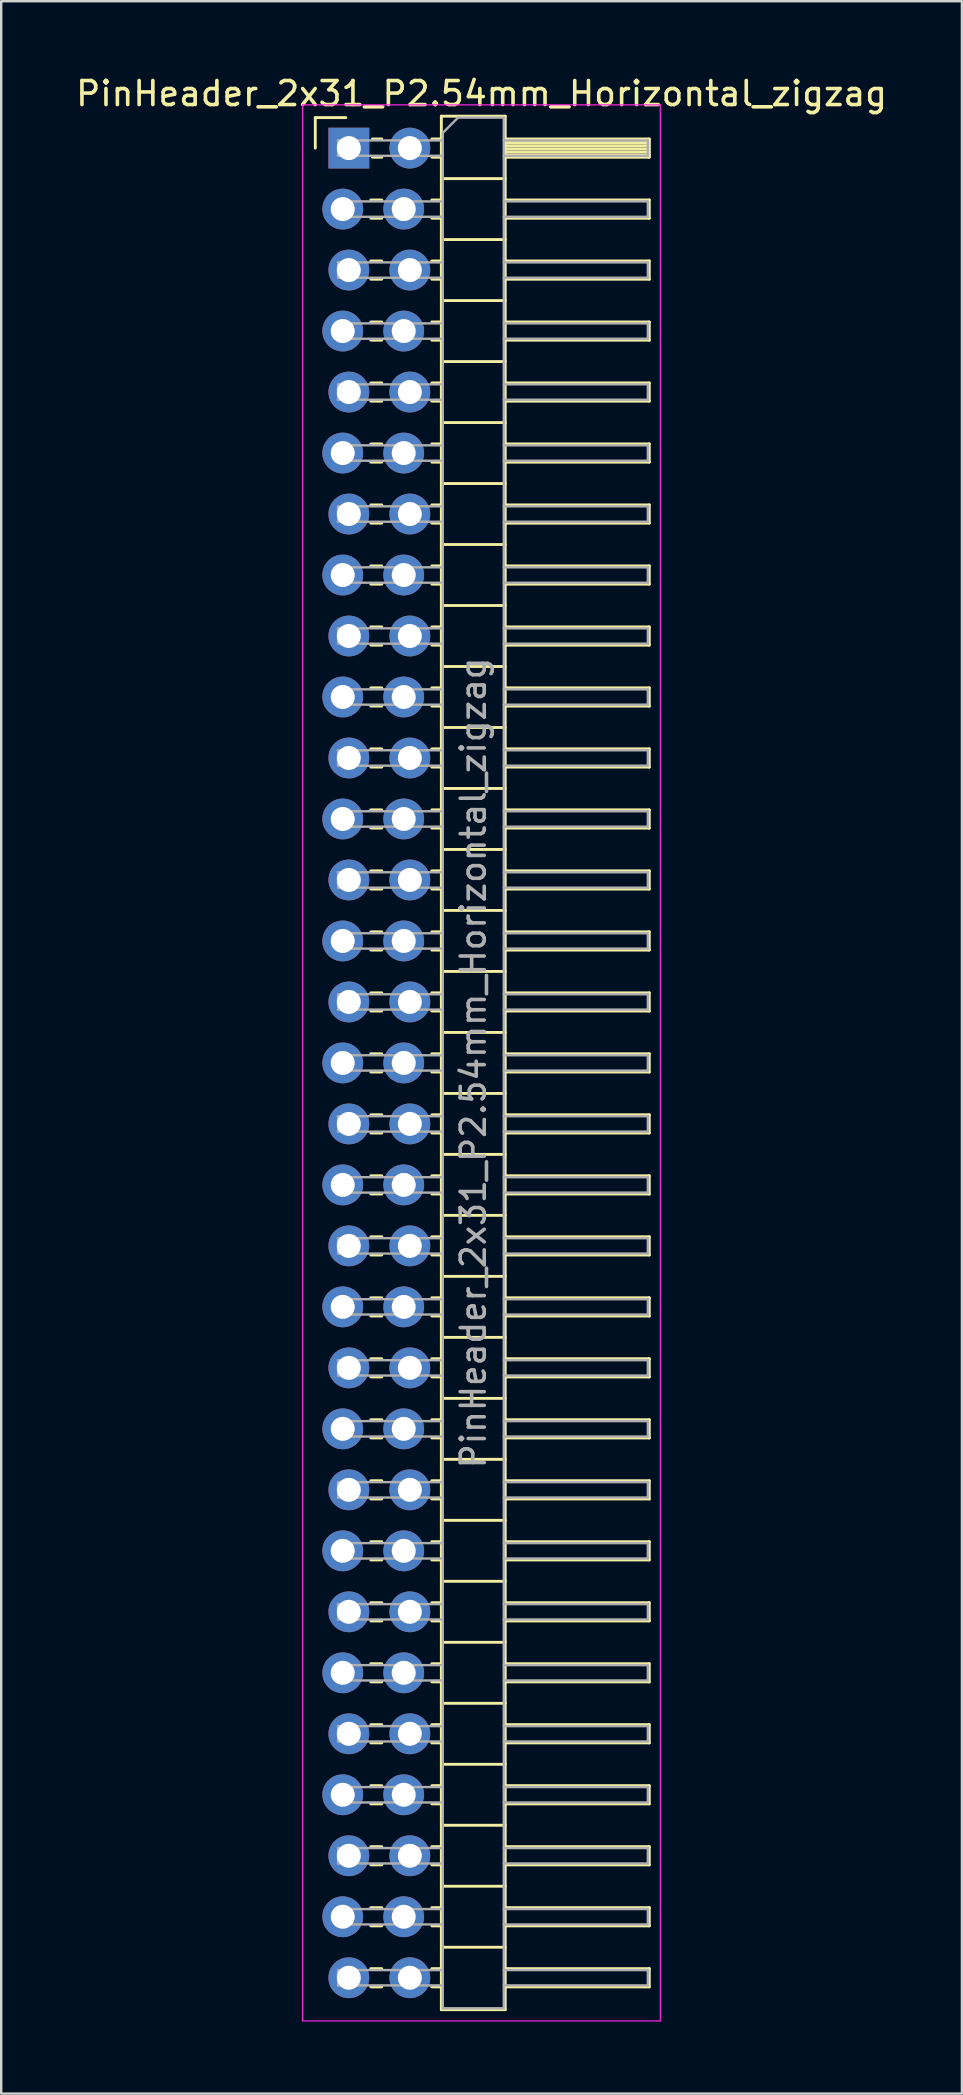
<source format=kicad_pcb>
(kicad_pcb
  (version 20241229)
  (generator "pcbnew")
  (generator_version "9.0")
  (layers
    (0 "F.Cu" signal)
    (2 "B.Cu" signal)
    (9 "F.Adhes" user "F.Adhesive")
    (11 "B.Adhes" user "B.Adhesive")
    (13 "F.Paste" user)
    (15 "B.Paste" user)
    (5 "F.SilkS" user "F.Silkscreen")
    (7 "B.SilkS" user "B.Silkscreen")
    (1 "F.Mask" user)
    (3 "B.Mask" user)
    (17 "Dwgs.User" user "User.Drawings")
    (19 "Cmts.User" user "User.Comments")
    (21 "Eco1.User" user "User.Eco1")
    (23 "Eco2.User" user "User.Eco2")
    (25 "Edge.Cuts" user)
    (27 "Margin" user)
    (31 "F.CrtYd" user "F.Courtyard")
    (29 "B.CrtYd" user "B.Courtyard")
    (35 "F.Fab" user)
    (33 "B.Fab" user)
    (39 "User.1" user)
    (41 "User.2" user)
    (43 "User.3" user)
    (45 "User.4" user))
  (footprint "PinHeader_2x31_P2.54mm_Horizontal_zigzag"
    (layer "F.Cu")
    (at 11.351 3.118)
    (property "Reference" "PinHeader_2x31_P2.54mm_Horizontal_zigzag" (at 5.655 -2.27 0) (layer "F.SilkS") (effects (font (size 1 1) (thickness 0.15))))
    (attr through_hole)
    (fp_line (start -1.27 -1.27) (end 0 -1.27) (stroke (width 0.12) (type solid)) (layer "F.SilkS"))
    (fp_line (start -1.27 0) (end -1.27 -1.27) (stroke (width 0.12) (type solid)) (layer "F.SilkS"))
    (fp_line (start 1.043 2.16) (end 1.497 2.16) (stroke (width 0.12) (type solid)) (layer "F.SilkS"))
    (fp_line (start 1.043 2.92) (end 1.497 2.92) (stroke (width 0.12) (type solid)) (layer "F.SilkS"))
    (fp_line (start 1.043 4.7) (end 1.497 4.7) (stroke (width 0.12) (type solid)) (layer "F.SilkS"))
    (fp_line (start 1.043 5.46) (end 1.497 5.46) (stroke (width 0.12) (type solid)) (layer "F.SilkS"))
    (fp_line (start 1.043 7.24) (end 1.497 7.24) (stroke (width 0.12) (type solid)) (layer "F.SilkS"))
    (fp_line (start 1.043 8) (end 1.497 8) (stroke (width 0.12) (type solid)) (layer "F.SilkS"))
    (fp_line (start 1.043 9.78) (end 1.497 9.78) (stroke (width 0.12) (type solid)) (layer "F.SilkS"))
    (fp_line (start 1.043 10.54) (end 1.497 10.54) (stroke (width 0.12) (type solid)) (layer "F.SilkS"))
    (fp_line (start 1.043 12.32) (end 1.497 12.32) (stroke (width 0.12) (type solid)) (layer "F.SilkS"))
    (fp_line (start 1.043 13.08) (end 1.497 13.08) (stroke (width 0.12) (type solid)) (layer "F.SilkS"))
    (fp_line (start 1.043 14.86) (end 1.497 14.86) (stroke (width 0.12) (type solid)) (layer "F.SilkS"))
    (fp_line (start 1.043 15.62) (end 1.497 15.62) (stroke (width 0.12) (type solid)) (layer "F.SilkS"))
    (fp_line (start 1.043 17.4) (end 1.497 17.4) (stroke (width 0.12) (type solid)) (layer "F.SilkS"))
    (fp_line (start 1.043 18.16) (end 1.497 18.16) (stroke (width 0.12) (type solid)) (layer "F.SilkS"))
    (fp_line (start 1.043 19.94) (end 1.497 19.94) (stroke (width 0.12) (type solid)) (layer "F.SilkS"))
    (fp_line (start 1.043 20.7) (end 1.497 20.7) (stroke (width 0.12) (type solid)) (layer "F.SilkS"))
    (fp_line (start 1.043 22.48) (end 1.497 22.48) (stroke (width 0.12) (type solid)) (layer "F.SilkS"))
    (fp_line (start 1.043 23.24) (end 1.497 23.24) (stroke (width 0.12) (type solid)) (layer "F.SilkS"))
    (fp_line (start 1.043 25.02) (end 1.497 25.02) (stroke (width 0.12) (type solid)) (layer "F.SilkS"))
    (fp_line (start 1.043 25.78) (end 1.497 25.78) (stroke (width 0.12) (type solid)) (layer "F.SilkS"))
    (fp_line (start 1.043 27.56) (end 1.497 27.56) (stroke (width 0.12) (type solid)) (layer "F.SilkS"))
    (fp_line (start 1.043 28.32) (end 1.497 28.32) (stroke (width 0.12) (type solid)) (layer "F.SilkS"))
    (fp_line (start 1.043 30.1) (end 1.497 30.1) (stroke (width 0.12) (type solid)) (layer "F.SilkS"))
    (fp_line (start 1.043 30.86) (end 1.497 30.86) (stroke (width 0.12) (type solid)) (layer "F.SilkS"))
    (fp_line (start 1.043 32.64) (end 1.497 32.64) (stroke (width 0.12) (type solid)) (layer "F.SilkS"))
    (fp_line (start 1.043 33.4) (end 1.497 33.4) (stroke (width 0.12) (type solid)) (layer "F.SilkS"))
    (fp_line (start 1.043 35.18) (end 1.497 35.18) (stroke (width 0.12) (type solid)) (layer "F.SilkS"))
    (fp_line (start 1.043 35.94) (end 1.497 35.94) (stroke (width 0.12) (type solid)) (layer "F.SilkS"))
    (fp_line (start 1.043 37.72) (end 1.497 37.72) (stroke (width 0.12) (type solid)) (layer "F.SilkS"))
    (fp_line (start 1.043 38.48) (end 1.497 38.48) (stroke (width 0.12) (type solid)) (layer "F.SilkS"))
    (fp_line (start 1.043 40.26) (end 1.497 40.26) (stroke (width 0.12) (type solid)) (layer "F.SilkS"))
    (fp_line (start 1.043 41.02) (end 1.497 41.02) (stroke (width 0.12) (type solid)) (layer "F.SilkS"))
    (fp_line (start 1.043 42.8) (end 1.497 42.8) (stroke (width 0.12) (type solid)) (layer "F.SilkS"))
    (fp_line (start 1.043 43.56) (end 1.497 43.56) (stroke (width 0.12) (type solid)) (layer "F.SilkS"))
    (fp_line (start 1.043 45.34) (end 1.497 45.34) (stroke (width 0.12) (type solid)) (layer "F.SilkS"))
    (fp_line (start 1.043 46.1) (end 1.497 46.1) (stroke (width 0.12) (type solid)) (layer "F.SilkS"))
    (fp_line (start 1.043 47.88) (end 1.497 47.88) (stroke (width 0.12) (type solid)) (layer "F.SilkS"))
    (fp_line (start 1.043 48.64) (end 1.497 48.64) (stroke (width 0.12) (type solid)) (layer "F.SilkS"))
    (fp_line (start 1.043 50.42) (end 1.497 50.42) (stroke (width 0.12) (type solid)) (layer "F.SilkS"))
    (fp_line (start 1.043 51.18) (end 1.497 51.18) (stroke (width 0.12) (type solid)) (layer "F.SilkS"))
    (fp_line (start 1.043 52.96) (end 1.497 52.96) (stroke (width 0.12) (type solid)) (layer "F.SilkS"))
    (fp_line (start 1.043 53.72) (end 1.497 53.72) (stroke (width 0.12) (type solid)) (layer "F.SilkS"))
    (fp_line (start 1.043 55.5) (end 1.497 55.5) (stroke (width 0.12) (type solid)) (layer "F.SilkS"))
    (fp_line (start 1.043 56.26) (end 1.497 56.26) (stroke (width 0.12) (type solid)) (layer "F.SilkS"))
    (fp_line (start 1.043 58.04) (end 1.497 58.04) (stroke (width 0.12) (type solid)) (layer "F.SilkS"))
    (fp_line (start 1.043 58.8) (end 1.497 58.8) (stroke (width 0.12) (type solid)) (layer "F.SilkS"))
    (fp_line (start 1.043 60.58) (end 1.497 60.58) (stroke (width 0.12) (type solid)) (layer "F.SilkS"))
    (fp_line (start 1.043 61.34) (end 1.497 61.34) (stroke (width 0.12) (type solid)) (layer "F.SilkS"))
    (fp_line (start 1.043 63.12) (end 1.497 63.12) (stroke (width 0.12) (type solid)) (layer "F.SilkS"))
    (fp_line (start 1.043 63.88) (end 1.497 63.88) (stroke (width 0.12) (type solid)) (layer "F.SilkS"))
    (fp_line (start 1.043 65.66) (end 1.497 65.66) (stroke (width 0.12) (type solid)) (layer "F.SilkS"))
    (fp_line (start 1.043 66.42) (end 1.497 66.42) (stroke (width 0.12) (type solid)) (layer "F.SilkS"))
    (fp_line (start 1.043 68.2) (end 1.497 68.2) (stroke (width 0.12) (type solid)) (layer "F.SilkS"))
    (fp_line (start 1.043 68.96) (end 1.497 68.96) (stroke (width 0.12) (type solid)) (layer "F.SilkS"))
    (fp_line (start 1.043 70.74) (end 1.497 70.74) (stroke (width 0.12) (type solid)) (layer "F.SilkS"))
    (fp_line (start 1.043 71.5) (end 1.497 71.5) (stroke (width 0.12) (type solid)) (layer "F.SilkS"))
    (fp_line (start 1.043 73.28) (end 1.497 73.28) (stroke (width 0.12) (type solid)) (layer "F.SilkS"))
    (fp_line (start 1.043 74.04) (end 1.497 74.04) (stroke (width 0.12) (type solid)) (layer "F.SilkS"))
    (fp_line (start 1.043 75.82) (end 1.497 75.82) (stroke (width 0.12) (type solid)) (layer "F.SilkS"))
    (fp_line (start 1.043 76.58) (end 1.497 76.58) (stroke (width 0.12) (type solid)) (layer "F.SilkS"))
    (fp_line (start 1.11 -0.38) (end 1.497 -0.38) (stroke (width 0.12) (type solid)) (layer "F.SilkS"))
    (fp_line (start 1.11 0.38) (end 1.497 0.38) (stroke (width 0.12) (type solid)) (layer "F.SilkS"))
    (fp_line (start 3.583 -0.38) (end 3.98 -0.38) (stroke (width 0.12) (type solid)) (layer "F.SilkS"))
    (fp_line (start 3.583 0.38) (end 3.98 0.38) (stroke (width 0.12) (type solid)) (layer "F.SilkS"))
    (fp_line (start 3.583 2.16) (end 3.98 2.16) (stroke (width 0.12) (type solid)) (layer "F.SilkS"))
    (fp_line (start 3.583 2.92) (end 3.98 2.92) (stroke (width 0.12) (type solid)) (layer "F.SilkS"))
    (fp_line (start 3.583 4.7) (end 3.98 4.7) (stroke (width 0.12) (type solid)) (layer "F.SilkS"))
    (fp_line (start 3.583 5.46) (end 3.98 5.46) (stroke (width 0.12) (type solid)) (layer "F.SilkS"))
    (fp_line (start 3.583 7.24) (end 3.98 7.24) (stroke (width 0.12) (type solid)) (layer "F.SilkS"))
    (fp_line (start 3.583 8) (end 3.98 8) (stroke (width 0.12) (type solid)) (layer "F.SilkS"))
    (fp_line (start 3.583 9.78) (end 3.98 9.78) (stroke (width 0.12) (type solid)) (layer "F.SilkS"))
    (fp_line (start 3.583 10.54) (end 3.98 10.54) (stroke (width 0.12) (type solid)) (layer "F.SilkS"))
    (fp_line (start 3.583 12.32) (end 3.98 12.32) (stroke (width 0.12) (type solid)) (layer "F.SilkS"))
    (fp_line (start 3.583 13.08) (end 3.98 13.08) (stroke (width 0.12) (type solid)) (layer "F.SilkS"))
    (fp_line (start 3.583 14.86) (end 3.98 14.86) (stroke (width 0.12) (type solid)) (layer "F.SilkS"))
    (fp_line (start 3.583 15.62) (end 3.98 15.62) (stroke (width 0.12) (type solid)) (layer "F.SilkS"))
    (fp_line (start 3.583 17.4) (end 3.98 17.4) (stroke (width 0.12) (type solid)) (layer "F.SilkS"))
    (fp_line (start 3.583 18.16) (end 3.98 18.16) (stroke (width 0.12) (type solid)) (layer "F.SilkS"))
    (fp_line (start 3.583 19.94) (end 3.98 19.94) (stroke (width 0.12) (type solid)) (layer "F.SilkS"))
    (fp_line (start 3.583 20.7) (end 3.98 20.7) (stroke (width 0.12) (type solid)) (layer "F.SilkS"))
    (fp_line (start 3.583 22.48) (end 3.98 22.48) (stroke (width 0.12) (type solid)) (layer "F.SilkS"))
    (fp_line (start 3.583 23.24) (end 3.98 23.24) (stroke (width 0.12) (type solid)) (layer "F.SilkS"))
    (fp_line (start 3.583 25.02) (end 3.98 25.02) (stroke (width 0.12) (type solid)) (layer "F.SilkS"))
    (fp_line (start 3.583 25.78) (end 3.98 25.78) (stroke (width 0.12) (type solid)) (layer "F.SilkS"))
    (fp_line (start 3.583 27.56) (end 3.98 27.56) (stroke (width 0.12) (type solid)) (layer "F.SilkS"))
    (fp_line (start 3.583 28.32) (end 3.98 28.32) (stroke (width 0.12) (type solid)) (layer "F.SilkS"))
    (fp_line (start 3.583 30.1) (end 3.98 30.1) (stroke (width 0.12) (type solid)) (layer "F.SilkS"))
    (fp_line (start 3.583 30.86) (end 3.98 30.86) (stroke (width 0.12) (type solid)) (layer "F.SilkS"))
    (fp_line (start 3.583 32.64) (end 3.98 32.64) (stroke (width 0.12) (type solid)) (layer "F.SilkS"))
    (fp_line (start 3.583 33.4) (end 3.98 33.4) (stroke (width 0.12) (type solid)) (layer "F.SilkS"))
    (fp_line (start 3.583 35.18) (end 3.98 35.18) (stroke (width 0.12) (type solid)) (layer "F.SilkS"))
    (fp_line (start 3.583 35.94) (end 3.98 35.94) (stroke (width 0.12) (type solid)) (layer "F.SilkS"))
    (fp_line (start 3.583 37.72) (end 3.98 37.72) (stroke (width 0.12) (type solid)) (layer "F.SilkS"))
    (fp_line (start 3.583 38.48) (end 3.98 38.48) (stroke (width 0.12) (type solid)) (layer "F.SilkS"))
    (fp_line (start 3.583 40.26) (end 3.98 40.26) (stroke (width 0.12) (type solid)) (layer "F.SilkS"))
    (fp_line (start 3.583 41.02) (end 3.98 41.02) (stroke (width 0.12) (type solid)) (layer "F.SilkS"))
    (fp_line (start 3.583 42.8) (end 3.98 42.8) (stroke (width 0.12) (type solid)) (layer "F.SilkS"))
    (fp_line (start 3.583 43.56) (end 3.98 43.56) (stroke (width 0.12) (type solid)) (layer "F.SilkS"))
    (fp_line (start 3.583 45.34) (end 3.98 45.34) (stroke (width 0.12) (type solid)) (layer "F.SilkS"))
    (fp_line (start 3.583 46.1) (end 3.98 46.1) (stroke (width 0.12) (type solid)) (layer "F.SilkS"))
    (fp_line (start 3.583 47.88) (end 3.98 47.88) (stroke (width 0.12) (type solid)) (layer "F.SilkS"))
    (fp_line (start 3.583 48.64) (end 3.98 48.64) (stroke (width 0.12) (type solid)) (layer "F.SilkS"))
    (fp_line (start 3.583 50.42) (end 3.98 50.42) (stroke (width 0.12) (type solid)) (layer "F.SilkS"))
    (fp_line (start 3.583 51.18) (end 3.98 51.18) (stroke (width 0.12) (type solid)) (layer "F.SilkS"))
    (fp_line (start 3.583 52.96) (end 3.98 52.96) (stroke (width 0.12) (type solid)) (layer "F.SilkS"))
    (fp_line (start 3.583 53.72) (end 3.98 53.72) (stroke (width 0.12) (type solid)) (layer "F.SilkS"))
    (fp_line (start 3.583 55.5) (end 3.98 55.5) (stroke (width 0.12) (type solid)) (layer "F.SilkS"))
    (fp_line (start 3.583 56.26) (end 3.98 56.26) (stroke (width 0.12) (type solid)) (layer "F.SilkS"))
    (fp_line (start 3.583 58.04) (end 3.98 58.04) (stroke (width 0.12) (type solid)) (layer "F.SilkS"))
    (fp_line (start 3.583 58.8) (end 3.98 58.8) (stroke (width 0.12) (type solid)) (layer "F.SilkS"))
    (fp_line (start 3.583 60.58) (end 3.98 60.58) (stroke (width 0.12) (type solid)) (layer "F.SilkS"))
    (fp_line (start 3.583 61.34) (end 3.98 61.34) (stroke (width 0.12) (type solid)) (layer "F.SilkS"))
    (fp_line (start 3.583 63.12) (end 3.98 63.12) (stroke (width 0.12) (type solid)) (layer "F.SilkS"))
    (fp_line (start 3.583 63.88) (end 3.98 63.88) (stroke (width 0.12) (type solid)) (layer "F.SilkS"))
    (fp_line (start 3.583 65.66) (end 3.98 65.66) (stroke (width 0.12) (type solid)) (layer "F.SilkS"))
    (fp_line (start 3.583 66.42) (end 3.98 66.42) (stroke (width 0.12) (type solid)) (layer "F.SilkS"))
    (fp_line (start 3.583 68.2) (end 3.98 68.2) (stroke (width 0.12) (type solid)) (layer "F.SilkS"))
    (fp_line (start 3.583 68.96) (end 3.98 68.96) (stroke (width 0.12) (type solid)) (layer "F.SilkS"))
    (fp_line (start 3.583 70.74) (end 3.98 70.74) (stroke (width 0.12) (type solid)) (layer "F.SilkS"))
    (fp_line (start 3.583 71.5) (end 3.98 71.5) (stroke (width 0.12) (type solid)) (layer "F.SilkS"))
    (fp_line (start 3.583 73.28) (end 3.98 73.28) (stroke (width 0.12) (type solid)) (layer "F.SilkS"))
    (fp_line (start 3.583 74.04) (end 3.98 74.04) (stroke (width 0.12) (type solid)) (layer "F.SilkS"))
    (fp_line (start 3.583 75.82) (end 3.98 75.82) (stroke (width 0.12) (type solid)) (layer "F.SilkS"))
    (fp_line (start 3.583 76.58) (end 3.98 76.58) (stroke (width 0.12) (type solid)) (layer "F.SilkS"))
    (fp_line (start 3.98 -1.33) (end 3.98 77.53) (stroke (width 0.12) (type solid)) (layer "F.SilkS"))
    (fp_line (start 3.98 1.27) (end 6.64 1.27) (stroke (width 0.12) (type solid)) (layer "F.SilkS"))
    (fp_line (start 3.98 3.81) (end 6.64 3.81) (stroke (width 0.12) (type solid)) (layer "F.SilkS"))
    (fp_line (start 3.98 6.35) (end 6.64 6.35) (stroke (width 0.12) (type solid)) (layer "F.SilkS"))
    (fp_line (start 3.98 8.89) (end 6.64 8.89) (stroke (width 0.12) (type solid)) (layer "F.SilkS"))
    (fp_line (start 3.98 11.43) (end 6.64 11.43) (stroke (width 0.12) (type solid)) (layer "F.SilkS"))
    (fp_line (start 3.98 13.97) (end 6.64 13.97) (stroke (width 0.12) (type solid)) (layer "F.SilkS"))
    (fp_line (start 3.98 16.51) (end 6.64 16.51) (stroke (width 0.12) (type solid)) (layer "F.SilkS"))
    (fp_line (start 3.98 19.05) (end 6.64 19.05) (stroke (width 0.12) (type solid)) (layer "F.SilkS"))
    (fp_line (start 3.98 21.59) (end 6.64 21.59) (stroke (width 0.12) (type solid)) (layer "F.SilkS"))
    (fp_line (start 3.98 24.13) (end 6.64 24.13) (stroke (width 0.12) (type solid)) (layer "F.SilkS"))
    (fp_line (start 3.98 26.67) (end 6.64 26.67) (stroke (width 0.12) (type solid)) (layer "F.SilkS"))
    (fp_line (start 3.98 29.21) (end 6.64 29.21) (stroke (width 0.12) (type solid)) (layer "F.SilkS"))
    (fp_line (start 3.98 31.75) (end 6.64 31.75) (stroke (width 0.12) (type solid)) (layer "F.SilkS"))
    (fp_line (start 3.98 34.29) (end 6.64 34.29) (stroke (width 0.12) (type solid)) (layer "F.SilkS"))
    (fp_line (start 3.98 36.83) (end 6.64 36.83) (stroke (width 0.12) (type solid)) (layer "F.SilkS"))
    (fp_line (start 3.98 39.37) (end 6.64 39.37) (stroke (width 0.12) (type solid)) (layer "F.SilkS"))
    (fp_line (start 3.98 41.91) (end 6.64 41.91) (stroke (width 0.12) (type solid)) (layer "F.SilkS"))
    (fp_line (start 3.98 44.45) (end 6.64 44.45) (stroke (width 0.12) (type solid)) (layer "F.SilkS"))
    (fp_line (start 3.98 46.99) (end 6.64 46.99) (stroke (width 0.12) (type solid)) (layer "F.SilkS"))
    (fp_line (start 3.98 49.53) (end 6.64 49.53) (stroke (width 0.12) (type solid)) (layer "F.SilkS"))
    (fp_line (start 3.98 52.07) (end 6.64 52.07) (stroke (width 0.12) (type solid)) (layer "F.SilkS"))
    (fp_line (start 3.98 54.61) (end 6.64 54.61) (stroke (width 0.12) (type solid)) (layer "F.SilkS"))
    (fp_line (start 3.98 57.15) (end 6.64 57.15) (stroke (width 0.12) (type solid)) (layer "F.SilkS"))
    (fp_line (start 3.98 59.69) (end 6.64 59.69) (stroke (width 0.12) (type solid)) (layer "F.SilkS"))
    (fp_line (start 3.98 62.23) (end 6.64 62.23) (stroke (width 0.12) (type solid)) (layer "F.SilkS"))
    (fp_line (start 3.98 64.77) (end 6.64 64.77) (stroke (width 0.12) (type solid)) (layer "F.SilkS"))
    (fp_line (start 3.98 67.31) (end 6.64 67.31) (stroke (width 0.12) (type solid)) (layer "F.SilkS"))
    (fp_line (start 3.98 69.85) (end 6.64 69.85) (stroke (width 0.12) (type solid)) (layer "F.SilkS"))
    (fp_line (start 3.98 72.39) (end 6.64 72.39) (stroke (width 0.12) (type solid)) (layer "F.SilkS"))
    (fp_line (start 3.98 74.93) (end 6.64 74.93) (stroke (width 0.12) (type solid)) (layer "F.SilkS"))
    (fp_line (start 3.98 77.53) (end 6.64 77.53) (stroke (width 0.12) (type solid)) (layer "F.SilkS"))
    (fp_line (start 6.64 -1.33) (end 3.98 -1.33) (stroke (width 0.12) (type solid)) (layer "F.SilkS"))
    (fp_line (start 6.64 -0.38) (end 12.64 -0.38) (stroke (width 0.12) (type solid)) (layer "F.SilkS"))
    (fp_line (start 6.64 -0.32) (end 12.64 -0.32) (stroke (width 0.12) (type solid)) (layer "F.SilkS"))
    (fp_line (start 6.64 -0.2) (end 12.64 -0.2) (stroke (width 0.12) (type solid)) (layer "F.SilkS"))
    (fp_line (start 6.64 -0.08) (end 12.64 -0.08) (stroke (width 0.12) (type solid)) (layer "F.SilkS"))
    (fp_line (start 6.64 0.04) (end 12.64 0.04) (stroke (width 0.12) (type solid)) (layer "F.SilkS"))
    (fp_line (start 6.64 0.16) (end 12.64 0.16) (stroke (width 0.12) (type solid)) (layer "F.SilkS"))
    (fp_line (start 6.64 0.28) (end 12.64 0.28) (stroke (width 0.12) (type solid)) (layer "F.SilkS"))
    (fp_line (start 6.64 2.16) (end 12.64 2.16) (stroke (width 0.12) (type solid)) (layer "F.SilkS"))
    (fp_line (start 6.64 4.7) (end 12.64 4.7) (stroke (width 0.12) (type solid)) (layer "F.SilkS"))
    (fp_line (start 6.64 7.24) (end 12.64 7.24) (stroke (width 0.12) (type solid)) (layer "F.SilkS"))
    (fp_line (start 6.64 9.78) (end 12.64 9.78) (stroke (width 0.12) (type solid)) (layer "F.SilkS"))
    (fp_line (start 6.64 12.32) (end 12.64 12.32) (stroke (width 0.12) (type solid)) (layer "F.SilkS"))
    (fp_line (start 6.64 14.86) (end 12.64 14.86) (stroke (width 0.12) (type solid)) (layer "F.SilkS"))
    (fp_line (start 6.64 17.4) (end 12.64 17.4) (stroke (width 0.12) (type solid)) (layer "F.SilkS"))
    (fp_line (start 6.64 19.94) (end 12.64 19.94) (stroke (width 0.12) (type solid)) (layer "F.SilkS"))
    (fp_line (start 6.64 22.48) (end 12.64 22.48) (stroke (width 0.12) (type solid)) (layer "F.SilkS"))
    (fp_line (start 6.64 25.02) (end 12.64 25.02) (stroke (width 0.12) (type solid)) (layer "F.SilkS"))
    (fp_line (start 6.64 27.56) (end 12.64 27.56) (stroke (width 0.12) (type solid)) (layer "F.SilkS"))
    (fp_line (start 6.64 30.1) (end 12.64 30.1) (stroke (width 0.12) (type solid)) (layer "F.SilkS"))
    (fp_line (start 6.64 32.64) (end 12.64 32.64) (stroke (width 0.12) (type solid)) (layer "F.SilkS"))
    (fp_line (start 6.64 35.18) (end 12.64 35.18) (stroke (width 0.12) (type solid)) (layer "F.SilkS"))
    (fp_line (start 6.64 37.72) (end 12.64 37.72) (stroke (width 0.12) (type solid)) (layer "F.SilkS"))
    (fp_line (start 6.64 40.26) (end 12.64 40.26) (stroke (width 0.12) (type solid)) (layer "F.SilkS"))
    (fp_line (start 6.64 42.8) (end 12.64 42.8) (stroke (width 0.12) (type solid)) (layer "F.SilkS"))
    (fp_line (start 6.64 45.34) (end 12.64 45.34) (stroke (width 0.12) (type solid)) (layer "F.SilkS"))
    (fp_line (start 6.64 47.88) (end 12.64 47.88) (stroke (width 0.12) (type solid)) (layer "F.SilkS"))
    (fp_line (start 6.64 50.42) (end 12.64 50.42) (stroke (width 0.12) (type solid)) (layer "F.SilkS"))
    (fp_line (start 6.64 52.96) (end 12.64 52.96) (stroke (width 0.12) (type solid)) (layer "F.SilkS"))
    (fp_line (start 6.64 55.5) (end 12.64 55.5) (stroke (width 0.12) (type solid)) (layer "F.SilkS"))
    (fp_line (start 6.64 58.04) (end 12.64 58.04) (stroke (width 0.12) (type solid)) (layer "F.SilkS"))
    (fp_line (start 6.64 60.58) (end 12.64 60.58) (stroke (width 0.12) (type solid)) (layer "F.SilkS"))
    (fp_line (start 6.64 63.12) (end 12.64 63.12) (stroke (width 0.12) (type solid)) (layer "F.SilkS"))
    (fp_line (start 6.64 65.66) (end 12.64 65.66) (stroke (width 0.12) (type solid)) (layer "F.SilkS"))
    (fp_line (start 6.64 68.2) (end 12.64 68.2) (stroke (width 0.12) (type solid)) (layer "F.SilkS"))
    (fp_line (start 6.64 70.74) (end 12.64 70.74) (stroke (width 0.12) (type solid)) (layer "F.SilkS"))
    (fp_line (start 6.64 73.28) (end 12.64 73.28) (stroke (width 0.12) (type solid)) (layer "F.SilkS"))
    (fp_line (start 6.64 75.82) (end 12.64 75.82) (stroke (width 0.12) (type solid)) (layer "F.SilkS"))
    (fp_line (start 6.64 77.53) (end 6.64 -1.33) (stroke (width 0.12) (type solid)) (layer "F.SilkS"))
    (fp_line (start 12.64 -0.38) (end 12.64 0.38) (stroke (width 0.12) (type solid)) (layer "F.SilkS"))
    (fp_line (start 12.64 0.38) (end 6.64 0.38) (stroke (width 0.12) (type solid)) (layer "F.SilkS"))
    (fp_line (start 12.64 2.16) (end 12.64 2.92) (stroke (width 0.12) (type solid)) (layer "F.SilkS"))
    (fp_line (start 12.64 2.92) (end 6.64 2.92) (stroke (width 0.12) (type solid)) (layer "F.SilkS"))
    (fp_line (start 12.64 4.7) (end 12.64 5.46) (stroke (width 0.12) (type solid)) (layer "F.SilkS"))
    (fp_line (start 12.64 5.46) (end 6.64 5.46) (stroke (width 0.12) (type solid)) (layer "F.SilkS"))
    (fp_line (start 12.64 7.24) (end 12.64 8) (stroke (width 0.12) (type solid)) (layer "F.SilkS"))
    (fp_line (start 12.64 8) (end 6.64 8) (stroke (width 0.12) (type solid)) (layer "F.SilkS"))
    (fp_line (start 12.64 9.78) (end 12.64 10.54) (stroke (width 0.12) (type solid)) (layer "F.SilkS"))
    (fp_line (start 12.64 10.54) (end 6.64 10.54) (stroke (width 0.12) (type solid)) (layer "F.SilkS"))
    (fp_line (start 12.64 12.32) (end 12.64 13.08) (stroke (width 0.12) (type solid)) (layer "F.SilkS"))
    (fp_line (start 12.64 13.08) (end 6.64 13.08) (stroke (width 0.12) (type solid)) (layer "F.SilkS"))
    (fp_line (start 12.64 14.86) (end 12.64 15.62) (stroke (width 0.12) (type solid)) (layer "F.SilkS"))
    (fp_line (start 12.64 15.62) (end 6.64 15.62) (stroke (width 0.12) (type solid)) (layer "F.SilkS"))
    (fp_line (start 12.64 17.4) (end 12.64 18.16) (stroke (width 0.12) (type solid)) (layer "F.SilkS"))
    (fp_line (start 12.64 18.16) (end 6.64 18.16) (stroke (width 0.12) (type solid)) (layer "F.SilkS"))
    (fp_line (start 12.64 19.94) (end 12.64 20.7) (stroke (width 0.12) (type solid)) (layer "F.SilkS"))
    (fp_line (start 12.64 20.7) (end 6.64 20.7) (stroke (width 0.12) (type solid)) (layer "F.SilkS"))
    (fp_line (start 12.64 22.48) (end 12.64 23.24) (stroke (width 0.12) (type solid)) (layer "F.SilkS"))
    (fp_line (start 12.64 23.24) (end 6.64 23.24) (stroke (width 0.12) (type solid)) (layer "F.SilkS"))
    (fp_line (start 12.64 25.02) (end 12.64 25.78) (stroke (width 0.12) (type solid)) (layer "F.SilkS"))
    (fp_line (start 12.64 25.78) (end 6.64 25.78) (stroke (width 0.12) (type solid)) (layer "F.SilkS"))
    (fp_line (start 12.64 27.56) (end 12.64 28.32) (stroke (width 0.12) (type solid)) (layer "F.SilkS"))
    (fp_line (start 12.64 28.32) (end 6.64 28.32) (stroke (width 0.12) (type solid)) (layer "F.SilkS"))
    (fp_line (start 12.64 30.1) (end 12.64 30.86) (stroke (width 0.12) (type solid)) (layer "F.SilkS"))
    (fp_line (start 12.64 30.86) (end 6.64 30.86) (stroke (width 0.12) (type solid)) (layer "F.SilkS"))
    (fp_line (start 12.64 32.64) (end 12.64 33.4) (stroke (width 0.12) (type solid)) (layer "F.SilkS"))
    (fp_line (start 12.64 33.4) (end 6.64 33.4) (stroke (width 0.12) (type solid)) (layer "F.SilkS"))
    (fp_line (start 12.64 35.18) (end 12.64 35.94) (stroke (width 0.12) (type solid)) (layer "F.SilkS"))
    (fp_line (start 12.64 35.94) (end 6.64 35.94) (stroke (width 0.12) (type solid)) (layer "F.SilkS"))
    (fp_line (start 12.64 37.72) (end 12.64 38.48) (stroke (width 0.12) (type solid)) (layer "F.SilkS"))
    (fp_line (start 12.64 38.48) (end 6.64 38.48) (stroke (width 0.12) (type solid)) (layer "F.SilkS"))
    (fp_line (start 12.64 40.26) (end 12.64 41.02) (stroke (width 0.12) (type solid)) (layer "F.SilkS"))
    (fp_line (start 12.64 41.02) (end 6.64 41.02) (stroke (width 0.12) (type solid)) (layer "F.SilkS"))
    (fp_line (start 12.64 42.8) (end 12.64 43.56) (stroke (width 0.12) (type solid)) (layer "F.SilkS"))
    (fp_line (start 12.64 43.56) (end 6.64 43.56) (stroke (width 0.12) (type solid)) (layer "F.SilkS"))
    (fp_line (start 12.64 45.34) (end 12.64 46.1) (stroke (width 0.12) (type solid)) (layer "F.SilkS"))
    (fp_line (start 12.64 46.1) (end 6.64 46.1) (stroke (width 0.12) (type solid)) (layer "F.SilkS"))
    (fp_line (start 12.64 47.88) (end 12.64 48.64) (stroke (width 0.12) (type solid)) (layer "F.SilkS"))
    (fp_line (start 12.64 48.64) (end 6.64 48.64) (stroke (width 0.12) (type solid)) (layer "F.SilkS"))
    (fp_line (start 12.64 50.42) (end 12.64 51.18) (stroke (width 0.12) (type solid)) (layer "F.SilkS"))
    (fp_line (start 12.64 51.18) (end 6.64 51.18) (stroke (width 0.12) (type solid)) (layer "F.SilkS"))
    (fp_line (start 12.64 52.96) (end 12.64 53.72) (stroke (width 0.12) (type solid)) (layer "F.SilkS"))
    (fp_line (start 12.64 53.72) (end 6.64 53.72) (stroke (width 0.12) (type solid)) (layer "F.SilkS"))
    (fp_line (start 12.64 55.5) (end 12.64 56.26) (stroke (width 0.12) (type solid)) (layer "F.SilkS"))
    (fp_line (start 12.64 56.26) (end 6.64 56.26) (stroke (width 0.12) (type solid)) (layer "F.SilkS"))
    (fp_line (start 12.64 58.04) (end 12.64 58.8) (stroke (width 0.12) (type solid)) (layer "F.SilkS"))
    (fp_line (start 12.64 58.8) (end 6.64 58.8) (stroke (width 0.12) (type solid)) (layer "F.SilkS"))
    (fp_line (start 12.64 60.58) (end 12.64 61.34) (stroke (width 0.12) (type solid)) (layer "F.SilkS"))
    (fp_line (start 12.64 61.34) (end 6.64 61.34) (stroke (width 0.12) (type solid)) (layer "F.SilkS"))
    (fp_line (start 12.64 63.12) (end 12.64 63.88) (stroke (width 0.12) (type solid)) (layer "F.SilkS"))
    (fp_line (start 12.64 63.88) (end 6.64 63.88) (stroke (width 0.12) (type solid)) (layer "F.SilkS"))
    (fp_line (start 12.64 65.66) (end 12.64 66.42) (stroke (width 0.12) (type solid)) (layer "F.SilkS"))
    (fp_line (start 12.64 66.42) (end 6.64 66.42) (stroke (width 0.12) (type solid)) (layer "F.SilkS"))
    (fp_line (start 12.64 68.2) (end 12.64 68.96) (stroke (width 0.12) (type solid)) (layer "F.SilkS"))
    (fp_line (start 12.64 68.96) (end 6.64 68.96) (stroke (width 0.12) (type solid)) (layer "F.SilkS"))
    (fp_line (start 12.64 70.74) (end 12.64 71.5) (stroke (width 0.12) (type solid)) (layer "F.SilkS"))
    (fp_line (start 12.64 71.5) (end 6.64 71.5) (stroke (width 0.12) (type solid)) (layer "F.SilkS"))
    (fp_line (start 12.64 73.28) (end 12.64 74.04) (stroke (width 0.12) (type solid)) (layer "F.SilkS"))
    (fp_line (start 12.64 74.04) (end 6.64 74.04) (stroke (width 0.12) (type solid)) (layer "F.SilkS"))
    (fp_line (start 12.64 75.82) (end 12.64 76.58) (stroke (width 0.12) (type solid)) (layer "F.SilkS"))
    (fp_line (start 12.64 76.58) (end 6.64 76.58) (stroke (width 0.12) (type solid)) (layer "F.SilkS"))
    (fp_line (start -1.8 -1.8) (end -1.8 78) (stroke (width 0.05) (type solid)) (layer "F.CrtYd"))
    (fp_line (start -1.8 78) (end 13.1 78) (stroke (width 0.05) (type solid)) (layer "F.CrtYd"))
    (fp_line (start 13.1 -1.8) (end -1.8 -1.8) (stroke (width 0.05) (type solid)) (layer "F.CrtYd"))
    (fp_line (start 13.1 78) (end 13.1 -1.8) (stroke (width 0.05) (type solid)) (layer "F.CrtYd"))
    (fp_line (start -0.32 -0.32) (end -0.32 0.32) (stroke (width 0.1) (type solid)) (layer "F.Fab"))
    (fp_line (start -0.32 -0.32) (end 4.04 -0.32) (stroke (width 0.1) (type solid)) (layer "F.Fab"))
    (fp_line (start -0.32 0.32) (end 4.04 0.32) (stroke (width 0.1) (type solid)) (layer "F.Fab"))
    (fp_line (start -0.32 2.22) (end -0.32 2.86) (stroke (width 0.1) (type solid)) (layer "F.Fab"))
    (fp_line (start -0.32 2.22) (end 4.04 2.22) (stroke (width 0.1) (type solid)) (layer "F.Fab"))
    (fp_line (start -0.32 2.86) (end 4.04 2.86) (stroke (width 0.1) (type solid)) (layer "F.Fab"))
    (fp_line (start -0.32 4.76) (end -0.32 5.4) (stroke (width 0.1) (type solid)) (layer "F.Fab"))
    (fp_line (start -0.32 4.76) (end 4.04 4.76) (stroke (width 0.1) (type solid)) (layer "F.Fab"))
    (fp_line (start -0.32 5.4) (end 4.04 5.4) (stroke (width 0.1) (type solid)) (layer "F.Fab"))
    (fp_line (start -0.32 7.3) (end -0.32 7.94) (stroke (width 0.1) (type solid)) (layer "F.Fab"))
    (fp_line (start -0.32 7.3) (end 4.04 7.3) (stroke (width 0.1) (type solid)) (layer "F.Fab"))
    (fp_line (start -0.32 7.94) (end 4.04 7.94) (stroke (width 0.1) (type solid)) (layer "F.Fab"))
    (fp_line (start -0.32 9.84) (end -0.32 10.48) (stroke (width 0.1) (type solid)) (layer "F.Fab"))
    (fp_line (start -0.32 9.84) (end 4.04 9.84) (stroke (width 0.1) (type solid)) (layer "F.Fab"))
    (fp_line (start -0.32 10.48) (end 4.04 10.48) (stroke (width 0.1) (type solid)) (layer "F.Fab"))
    (fp_line (start -0.32 12.38) (end -0.32 13.02) (stroke (width 0.1) (type solid)) (layer "F.Fab"))
    (fp_line (start -0.32 12.38) (end 4.04 12.38) (stroke (width 0.1) (type solid)) (layer "F.Fab"))
    (fp_line (start -0.32 13.02) (end 4.04 13.02) (stroke (width 0.1) (type solid)) (layer "F.Fab"))
    (fp_line (start -0.32 14.92) (end -0.32 15.56) (stroke (width 0.1) (type solid)) (layer "F.Fab"))
    (fp_line (start -0.32 14.92) (end 4.04 14.92) (stroke (width 0.1) (type solid)) (layer "F.Fab"))
    (fp_line (start -0.32 15.56) (end 4.04 15.56) (stroke (width 0.1) (type solid)) (layer "F.Fab"))
    (fp_line (start -0.32 17.46) (end -0.32 18.1) (stroke (width 0.1) (type solid)) (layer "F.Fab"))
    (fp_line (start -0.32 17.46) (end 4.04 17.46) (stroke (width 0.1) (type solid)) (layer "F.Fab"))
    (fp_line (start -0.32 18.1) (end 4.04 18.1) (stroke (width 0.1) (type solid)) (layer "F.Fab"))
    (fp_line (start -0.32 20) (end -0.32 20.64) (stroke (width 0.1) (type solid)) (layer "F.Fab"))
    (fp_line (start -0.32 20) (end 4.04 20) (stroke (width 0.1) (type solid)) (layer "F.Fab"))
    (fp_line (start -0.32 20.64) (end 4.04 20.64) (stroke (width 0.1) (type solid)) (layer "F.Fab"))
    (fp_line (start -0.32 22.54) (end -0.32 23.18) (stroke (width 0.1) (type solid)) (layer "F.Fab"))
    (fp_line (start -0.32 22.54) (end 4.04 22.54) (stroke (width 0.1) (type solid)) (layer "F.Fab"))
    (fp_line (start -0.32 23.18) (end 4.04 23.18) (stroke (width 0.1) (type solid)) (layer "F.Fab"))
    (fp_line (start -0.32 25.08) (end -0.32 25.72) (stroke (width 0.1) (type solid)) (layer "F.Fab"))
    (fp_line (start -0.32 25.08) (end 4.04 25.08) (stroke (width 0.1) (type solid)) (layer "F.Fab"))
    (fp_line (start -0.32 25.72) (end 4.04 25.72) (stroke (width 0.1) (type solid)) (layer "F.Fab"))
    (fp_line (start -0.32 27.62) (end -0.32 28.26) (stroke (width 0.1) (type solid)) (layer "F.Fab"))
    (fp_line (start -0.32 27.62) (end 4.04 27.62) (stroke (width 0.1) (type solid)) (layer "F.Fab"))
    (fp_line (start -0.32 28.26) (end 4.04 28.26) (stroke (width 0.1) (type solid)) (layer "F.Fab"))
    (fp_line (start -0.32 30.16) (end -0.32 30.8) (stroke (width 0.1) (type solid)) (layer "F.Fab"))
    (fp_line (start -0.32 30.16) (end 4.04 30.16) (stroke (width 0.1) (type solid)) (layer "F.Fab"))
    (fp_line (start -0.32 30.8) (end 4.04 30.8) (stroke (width 0.1) (type solid)) (layer "F.Fab"))
    (fp_line (start -0.32 32.7) (end -0.32 33.34) (stroke (width 0.1) (type solid)) (layer "F.Fab"))
    (fp_line (start -0.32 32.7) (end 4.04 32.7) (stroke (width 0.1) (type solid)) (layer "F.Fab"))
    (fp_line (start -0.32 33.34) (end 4.04 33.34) (stroke (width 0.1) (type solid)) (layer "F.Fab"))
    (fp_line (start -0.32 35.24) (end -0.32 35.88) (stroke (width 0.1) (type solid)) (layer "F.Fab"))
    (fp_line (start -0.32 35.24) (end 4.04 35.24) (stroke (width 0.1) (type solid)) (layer "F.Fab"))
    (fp_line (start -0.32 35.88) (end 4.04 35.88) (stroke (width 0.1) (type solid)) (layer "F.Fab"))
    (fp_line (start -0.32 37.78) (end -0.32 38.42) (stroke (width 0.1) (type solid)) (layer "F.Fab"))
    (fp_line (start -0.32 37.78) (end 4.04 37.78) (stroke (width 0.1) (type solid)) (layer "F.Fab"))
    (fp_line (start -0.32 38.42) (end 4.04 38.42) (stroke (width 0.1) (type solid)) (layer "F.Fab"))
    (fp_line (start -0.32 40.32) (end -0.32 40.96) (stroke (width 0.1) (type solid)) (layer "F.Fab"))
    (fp_line (start -0.32 40.32) (end 4.04 40.32) (stroke (width 0.1) (type solid)) (layer "F.Fab"))
    (fp_line (start -0.32 40.96) (end 4.04 40.96) (stroke (width 0.1) (type solid)) (layer "F.Fab"))
    (fp_line (start -0.32 42.86) (end -0.32 43.5) (stroke (width 0.1) (type solid)) (layer "F.Fab"))
    (fp_line (start -0.32 42.86) (end 4.04 42.86) (stroke (width 0.1) (type solid)) (layer "F.Fab"))
    (fp_line (start -0.32 43.5) (end 4.04 43.5) (stroke (width 0.1) (type solid)) (layer "F.Fab"))
    (fp_line (start -0.32 45.4) (end -0.32 46.04) (stroke (width 0.1) (type solid)) (layer "F.Fab"))
    (fp_line (start -0.32 45.4) (end 4.04 45.4) (stroke (width 0.1) (type solid)) (layer "F.Fab"))
    (fp_line (start -0.32 46.04) (end 4.04 46.04) (stroke (width 0.1) (type solid)) (layer "F.Fab"))
    (fp_line (start -0.32 47.94) (end -0.32 48.58) (stroke (width 0.1) (type solid)) (layer "F.Fab"))
    (fp_line (start -0.32 47.94) (end 4.04 47.94) (stroke (width 0.1) (type solid)) (layer "F.Fab"))
    (fp_line (start -0.32 48.58) (end 4.04 48.58) (stroke (width 0.1) (type solid)) (layer "F.Fab"))
    (fp_line (start -0.32 50.48) (end -0.32 51.12) (stroke (width 0.1) (type solid)) (layer "F.Fab"))
    (fp_line (start -0.32 50.48) (end 4.04 50.48) (stroke (width 0.1) (type solid)) (layer "F.Fab"))
    (fp_line (start -0.32 51.12) (end 4.04 51.12) (stroke (width 0.1) (type solid)) (layer "F.Fab"))
    (fp_line (start -0.32 53.02) (end -0.32 53.66) (stroke (width 0.1) (type solid)) (layer "F.Fab"))
    (fp_line (start -0.32 53.02) (end 4.04 53.02) (stroke (width 0.1) (type solid)) (layer "F.Fab"))
    (fp_line (start -0.32 53.66) (end 4.04 53.66) (stroke (width 0.1) (type solid)) (layer "F.Fab"))
    (fp_line (start -0.32 55.56) (end -0.32 56.2) (stroke (width 0.1) (type solid)) (layer "F.Fab"))
    (fp_line (start -0.32 55.56) (end 4.04 55.56) (stroke (width 0.1) (type solid)) (layer "F.Fab"))
    (fp_line (start -0.32 56.2) (end 4.04 56.2) (stroke (width 0.1) (type solid)) (layer "F.Fab"))
    (fp_line (start -0.32 58.1) (end -0.32 58.74) (stroke (width 0.1) (type solid)) (layer "F.Fab"))
    (fp_line (start -0.32 58.1) (end 4.04 58.1) (stroke (width 0.1) (type solid)) (layer "F.Fab"))
    (fp_line (start -0.32 58.74) (end 4.04 58.74) (stroke (width 0.1) (type solid)) (layer "F.Fab"))
    (fp_line (start -0.32 60.64) (end -0.32 61.28) (stroke (width 0.1) (type solid)) (layer "F.Fab"))
    (fp_line (start -0.32 60.64) (end 4.04 60.64) (stroke (width 0.1) (type solid)) (layer "F.Fab"))
    (fp_line (start -0.32 61.28) (end 4.04 61.28) (stroke (width 0.1) (type solid)) (layer "F.Fab"))
    (fp_line (start -0.32 63.18) (end -0.32 63.82) (stroke (width 0.1) (type solid)) (layer "F.Fab"))
    (fp_line (start -0.32 63.18) (end 4.04 63.18) (stroke (width 0.1) (type solid)) (layer "F.Fab"))
    (fp_line (start -0.32 63.82) (end 4.04 63.82) (stroke (width 0.1) (type solid)) (layer "F.Fab"))
    (fp_line (start -0.32 65.72) (end -0.32 66.36) (stroke (width 0.1) (type solid)) (layer "F.Fab"))
    (fp_line (start -0.32 65.72) (end 4.04 65.72) (stroke (width 0.1) (type solid)) (layer "F.Fab"))
    (fp_line (start -0.32 66.36) (end 4.04 66.36) (stroke (width 0.1) (type solid)) (layer "F.Fab"))
    (fp_line (start -0.32 68.26) (end -0.32 68.9) (stroke (width 0.1) (type solid)) (layer "F.Fab"))
    (fp_line (start -0.32 68.26) (end 4.04 68.26) (stroke (width 0.1) (type solid)) (layer "F.Fab"))
    (fp_line (start -0.32 68.9) (end 4.04 68.9) (stroke (width 0.1) (type solid)) (layer "F.Fab"))
    (fp_line (start -0.32 70.8) (end -0.32 71.44) (stroke (width 0.1) (type solid)) (layer "F.Fab"))
    (fp_line (start -0.32 70.8) (end 4.04 70.8) (stroke (width 0.1) (type solid)) (layer "F.Fab"))
    (fp_line (start -0.32 71.44) (end 4.04 71.44) (stroke (width 0.1) (type solid)) (layer "F.Fab"))
    (fp_line (start -0.32 73.34) (end -0.32 73.98) (stroke (width 0.1) (type solid)) (layer "F.Fab"))
    (fp_line (start -0.32 73.34) (end 4.04 73.34) (stroke (width 0.1) (type solid)) (layer "F.Fab"))
    (fp_line (start -0.32 73.98) (end 4.04 73.98) (stroke (width 0.1) (type solid)) (layer "F.Fab"))
    (fp_line (start -0.32 75.88) (end -0.32 76.52) (stroke (width 0.1) (type solid)) (layer "F.Fab"))
    (fp_line (start -0.32 75.88) (end 4.04 75.88) (stroke (width 0.1) (type solid)) (layer "F.Fab"))
    (fp_line (start -0.32 76.52) (end 4.04 76.52) (stroke (width 0.1) (type solid)) (layer "F.Fab"))
    (fp_line (start 4.04 -0.635) (end 4.675 -1.27) (stroke (width 0.1) (type solid)) (layer "F.Fab"))
    (fp_line (start 4.04 77.47) (end 4.04 -0.635) (stroke (width 0.1) (type solid)) (layer "F.Fab"))
    (fp_line (start 4.675 -1.27) (end 6.58 -1.27) (stroke (width 0.1) (type solid)) (layer "F.Fab"))
    (fp_line (start 6.58 -1.27) (end 6.58 77.47) (stroke (width 0.1) (type solid)) (layer "F.Fab"))
    (fp_line (start 6.58 -0.32) (end 12.58 -0.32) (stroke (width 0.1) (type solid)) (layer "F.Fab"))
    (fp_line (start 6.58 0.32) (end 12.58 0.32) (stroke (width 0.1) (type solid)) (layer "F.Fab"))
    (fp_line (start 6.58 2.22) (end 12.58 2.22) (stroke (width 0.1) (type solid)) (layer "F.Fab"))
    (fp_line (start 6.58 2.86) (end 12.58 2.86) (stroke (width 0.1) (type solid)) (layer "F.Fab"))
    (fp_line (start 6.58 4.76) (end 12.58 4.76) (stroke (width 0.1) (type solid)) (layer "F.Fab"))
    (fp_line (start 6.58 5.4) (end 12.58 5.4) (stroke (width 0.1) (type solid)) (layer "F.Fab"))
    (fp_line (start 6.58 7.3) (end 12.58 7.3) (stroke (width 0.1) (type solid)) (layer "F.Fab"))
    (fp_line (start 6.58 7.94) (end 12.58 7.94) (stroke (width 0.1) (type solid)) (layer "F.Fab"))
    (fp_line (start 6.58 9.84) (end 12.58 9.84) (stroke (width 0.1) (type solid)) (layer "F.Fab"))
    (fp_line (start 6.58 10.48) (end 12.58 10.48) (stroke (width 0.1) (type solid)) (layer "F.Fab"))
    (fp_line (start 6.58 12.38) (end 12.58 12.38) (stroke (width 0.1) (type solid)) (layer "F.Fab"))
    (fp_line (start 6.58 13.02) (end 12.58 13.02) (stroke (width 0.1) (type solid)) (layer "F.Fab"))
    (fp_line (start 6.58 14.92) (end 12.58 14.92) (stroke (width 0.1) (type solid)) (layer "F.Fab"))
    (fp_line (start 6.58 15.56) (end 12.58 15.56) (stroke (width 0.1) (type solid)) (layer "F.Fab"))
    (fp_line (start 6.58 17.46) (end 12.58 17.46) (stroke (width 0.1) (type solid)) (layer "F.Fab"))
    (fp_line (start 6.58 18.1) (end 12.58 18.1) (stroke (width 0.1) (type solid)) (layer "F.Fab"))
    (fp_line (start 6.58 20) (end 12.58 20) (stroke (width 0.1) (type solid)) (layer "F.Fab"))
    (fp_line (start 6.58 20.64) (end 12.58 20.64) (stroke (width 0.1) (type solid)) (layer "F.Fab"))
    (fp_line (start 6.58 22.54) (end 12.58 22.54) (stroke (width 0.1) (type solid)) (layer "F.Fab"))
    (fp_line (start 6.58 23.18) (end 12.58 23.18) (stroke (width 0.1) (type solid)) (layer "F.Fab"))
    (fp_line (start 6.58 25.08) (end 12.58 25.08) (stroke (width 0.1) (type solid)) (layer "F.Fab"))
    (fp_line (start 6.58 25.72) (end 12.58 25.72) (stroke (width 0.1) (type solid)) (layer "F.Fab"))
    (fp_line (start 6.58 27.62) (end 12.58 27.62) (stroke (width 0.1) (type solid)) (layer "F.Fab"))
    (fp_line (start 6.58 28.26) (end 12.58 28.26) (stroke (width 0.1) (type solid)) (layer "F.Fab"))
    (fp_line (start 6.58 30.16) (end 12.58 30.16) (stroke (width 0.1) (type solid)) (layer "F.Fab"))
    (fp_line (start 6.58 30.8) (end 12.58 30.8) (stroke (width 0.1) (type solid)) (layer "F.Fab"))
    (fp_line (start 6.58 32.7) (end 12.58 32.7) (stroke (width 0.1) (type solid)) (layer "F.Fab"))
    (fp_line (start 6.58 33.34) (end 12.58 33.34) (stroke (width 0.1) (type solid)) (layer "F.Fab"))
    (fp_line (start 6.58 35.24) (end 12.58 35.24) (stroke (width 0.1) (type solid)) (layer "F.Fab"))
    (fp_line (start 6.58 35.88) (end 12.58 35.88) (stroke (width 0.1) (type solid)) (layer "F.Fab"))
    (fp_line (start 6.58 37.78) (end 12.58 37.78) (stroke (width 0.1) (type solid)) (layer "F.Fab"))
    (fp_line (start 6.58 38.42) (end 12.58 38.42) (stroke (width 0.1) (type solid)) (layer "F.Fab"))
    (fp_line (start 6.58 40.32) (end 12.58 40.32) (stroke (width 0.1) (type solid)) (layer "F.Fab"))
    (fp_line (start 6.58 40.96) (end 12.58 40.96) (stroke (width 0.1) (type solid)) (layer "F.Fab"))
    (fp_line (start 6.58 42.86) (end 12.58 42.86) (stroke (width 0.1) (type solid)) (layer "F.Fab"))
    (fp_line (start 6.58 43.5) (end 12.58 43.5) (stroke (width 0.1) (type solid)) (layer "F.Fab"))
    (fp_line (start 6.58 45.4) (end 12.58 45.4) (stroke (width 0.1) (type solid)) (layer "F.Fab"))
    (fp_line (start 6.58 46.04) (end 12.58 46.04) (stroke (width 0.1) (type solid)) (layer "F.Fab"))
    (fp_line (start 6.58 47.94) (end 12.58 47.94) (stroke (width 0.1) (type solid)) (layer "F.Fab"))
    (fp_line (start 6.58 48.58) (end 12.58 48.58) (stroke (width 0.1) (type solid)) (layer "F.Fab"))
    (fp_line (start 6.58 50.48) (end 12.58 50.48) (stroke (width 0.1) (type solid)) (layer "F.Fab"))
    (fp_line (start 6.58 51.12) (end 12.58 51.12) (stroke (width 0.1) (type solid)) (layer "F.Fab"))
    (fp_line (start 6.58 53.02) (end 12.58 53.02) (stroke (width 0.1) (type solid)) (layer "F.Fab"))
    (fp_line (start 6.58 53.66) (end 12.58 53.66) (stroke (width 0.1) (type solid)) (layer "F.Fab"))
    (fp_line (start 6.58 55.56) (end 12.58 55.56) (stroke (width 0.1) (type solid)) (layer "F.Fab"))
    (fp_line (start 6.58 56.2) (end 12.58 56.2) (stroke (width 0.1) (type solid)) (layer "F.Fab"))
    (fp_line (start 6.58 58.1) (end 12.58 58.1) (stroke (width 0.1) (type solid)) (layer "F.Fab"))
    (fp_line (start 6.58 58.74) (end 12.58 58.74) (stroke (width 0.1) (type solid)) (layer "F.Fab"))
    (fp_line (start 6.58 60.64) (end 12.58 60.64) (stroke (width 0.1) (type solid)) (layer "F.Fab"))
    (fp_line (start 6.58 61.28) (end 12.58 61.28) (stroke (width 0.1) (type solid)) (layer "F.Fab"))
    (fp_line (start 6.58 63.18) (end 12.58 63.18) (stroke (width 0.1) (type solid)) (layer "F.Fab"))
    (fp_line (start 6.58 63.82) (end 12.58 63.82) (stroke (width 0.1) (type solid)) (layer "F.Fab"))
    (fp_line (start 6.58 65.72) (end 12.58 65.72) (stroke (width 0.1) (type solid)) (layer "F.Fab"))
    (fp_line (start 6.58 66.36) (end 12.58 66.36) (stroke (width 0.1) (type solid)) (layer "F.Fab"))
    (fp_line (start 6.58 68.26) (end 12.58 68.26) (stroke (width 0.1) (type solid)) (layer "F.Fab"))
    (fp_line (start 6.58 68.9) (end 12.58 68.9) (stroke (width 0.1) (type solid)) (layer "F.Fab"))
    (fp_line (start 6.58 70.8) (end 12.58 70.8) (stroke (width 0.1) (type solid)) (layer "F.Fab"))
    (fp_line (start 6.58 71.44) (end 12.58 71.44) (stroke (width 0.1) (type solid)) (layer "F.Fab"))
    (fp_line (start 6.58 73.34) (end 12.58 73.34) (stroke (width 0.1) (type solid)) (layer "F.Fab"))
    (fp_line (start 6.58 73.98) (end 12.58 73.98) (stroke (width 0.1) (type solid)) (layer "F.Fab"))
    (fp_line (start 6.58 75.88) (end 12.58 75.88) (stroke (width 0.1) (type solid)) (layer "F.Fab"))
    (fp_line (start 6.58 76.52) (end 12.58 76.52) (stroke (width 0.1) (type solid)) (layer "F.Fab"))
    (fp_line (start 6.58 77.47) (end 4.04 77.47) (stroke (width 0.1) (type solid)) (layer "F.Fab"))
    (fp_line (start 12.58 -0.32) (end 12.58 0.32) (stroke (width 0.1) (type solid)) (layer "F.Fab"))
    (fp_line (start 12.58 2.22) (end 12.58 2.86) (stroke (width 0.1) (type solid)) (layer "F.Fab"))
    (fp_line (start 12.58 4.76) (end 12.58 5.4) (stroke (width 0.1) (type solid)) (layer "F.Fab"))
    (fp_line (start 12.58 7.3) (end 12.58 7.94) (stroke (width 0.1) (type solid)) (layer "F.Fab"))
    (fp_line (start 12.58 9.84) (end 12.58 10.48) (stroke (width 0.1) (type solid)) (layer "F.Fab"))
    (fp_line (start 12.58 12.38) (end 12.58 13.02) (stroke (width 0.1) (type solid)) (layer "F.Fab"))
    (fp_line (start 12.58 14.92) (end 12.58 15.56) (stroke (width 0.1) (type solid)) (layer "F.Fab"))
    (fp_line (start 12.58 17.46) (end 12.58 18.1) (stroke (width 0.1) (type solid)) (layer "F.Fab"))
    (fp_line (start 12.58 20) (end 12.58 20.64) (stroke (width 0.1) (type solid)) (layer "F.Fab"))
    (fp_line (start 12.58 22.54) (end 12.58 23.18) (stroke (width 0.1) (type solid)) (layer "F.Fab"))
    (fp_line (start 12.58 25.08) (end 12.58 25.72) (stroke (width 0.1) (type solid)) (layer "F.Fab"))
    (fp_line (start 12.58 27.62) (end 12.58 28.26) (stroke (width 0.1) (type solid)) (layer "F.Fab"))
    (fp_line (start 12.58 30.16) (end 12.58 30.8) (stroke (width 0.1) (type solid)) (layer "F.Fab"))
    (fp_line (start 12.58 32.7) (end 12.58 33.34) (stroke (width 0.1) (type solid)) (layer "F.Fab"))
    (fp_line (start 12.58 35.24) (end 12.58 35.88) (stroke (width 0.1) (type solid)) (layer "F.Fab"))
    (fp_line (start 12.58 37.78) (end 12.58 38.42) (stroke (width 0.1) (type solid)) (layer "F.Fab"))
    (fp_line (start 12.58 40.32) (end 12.58 40.96) (stroke (width 0.1) (type solid)) (layer "F.Fab"))
    (fp_line (start 12.58 42.86) (end 12.58 43.5) (stroke (width 0.1) (type solid)) (layer "F.Fab"))
    (fp_line (start 12.58 45.4) (end 12.58 46.04) (stroke (width 0.1) (type solid)) (layer "F.Fab"))
    (fp_line (start 12.58 47.94) (end 12.58 48.58) (stroke (width 0.1) (type solid)) (layer "F.Fab"))
    (fp_line (start 12.58 50.48) (end 12.58 51.12) (stroke (width 0.1) (type solid)) (layer "F.Fab"))
    (fp_line (start 12.58 53.02) (end 12.58 53.66) (stroke (width 0.1) (type solid)) (layer "F.Fab"))
    (fp_line (start 12.58 55.56) (end 12.58 56.2) (stroke (width 0.1) (type solid)) (layer "F.Fab"))
    (fp_line (start 12.58 58.1) (end 12.58 58.74) (stroke (width 0.1) (type solid)) (layer "F.Fab"))
    (fp_line (start 12.58 60.64) (end 12.58 61.28) (stroke (width 0.1) (type solid)) (layer "F.Fab"))
    (fp_line (start 12.58 63.18) (end 12.58 63.82) (stroke (width 0.1) (type solid)) (layer "F.Fab"))
    (fp_line (start 12.58 65.72) (end 12.58 66.36) (stroke (width 0.1) (type solid)) (layer "F.Fab"))
    (fp_line (start 12.58 68.26) (end 12.58 68.9) (stroke (width 0.1) (type solid)) (layer "F.Fab"))
    (fp_line (start 12.58 70.8) (end 12.58 71.44) (stroke (width 0.1) (type solid)) (layer "F.Fab"))
    (fp_line (start 12.58 73.34) (end 12.58 73.98) (stroke (width 0.1) (type solid)) (layer "F.Fab"))
    (fp_line (start 12.58 75.88) (end 12.58 76.52) (stroke (width 0.1) (type solid)) (layer "F.Fab"))
    (fp_text user "${REFERENCE}" (at 5.31 38.1 90) (layer "F.Fab") (effects (font (size 1 1) (thickness 0.15))))
    (pad "1" thru_hole rect (at 0.127 0) (size 1.7 1.7) (drill 1) (layers "*.Cu" "*.Mask"))
    (pad "2" thru_hole oval (at 2.667 0) (size 1.7 1.7) (drill 1) (layers "*.Cu" "*.Mask"))
    (pad "3" thru_hole oval (at -0.127 2.54) (size 1.7 1.7) (drill 1) (layers "*.Cu" "*.Mask"))
    (pad "4" thru_hole oval (at 2.413 2.54) (size 1.7 1.7) (drill 1) (layers "*.Cu" "*.Mask"))
    (pad "5" thru_hole oval (at 0.127 5.08) (size 1.7 1.7) (drill 1) (layers "*.Cu" "*.Mask"))
    (pad "6" thru_hole oval (at 2.667 5.08) (size 1.7 1.7) (drill 1) (layers "*.Cu" "*.Mask"))
    (pad "7" thru_hole oval (at -0.127 7.62) (size 1.7 1.7) (drill 1) (layers "*.Cu" "*.Mask"))
    (pad "8" thru_hole oval (at 2.413 7.62) (size 1.7 1.7) (drill 1) (layers "*.Cu" "*.Mask"))
    (pad "9" thru_hole oval (at 0.127 10.16) (size 1.7 1.7) (drill 1) (layers "*.Cu" "*.Mask"))
    (pad "10" thru_hole oval (at 2.667 10.16) (size 1.7 1.7) (drill 1) (layers "*.Cu" "*.Mask"))
    (pad "11" thru_hole oval (at -0.127 12.7) (size 1.7 1.7) (drill 1) (layers "*.Cu" "*.Mask"))
    (pad "12" thru_hole oval (at 2.413 12.7) (size 1.7 1.7) (drill 1) (layers "*.Cu" "*.Mask"))
    (pad "13" thru_hole oval (at 0.127 15.24) (size 1.7 1.7) (drill 1) (layers "*.Cu" "*.Mask"))
    (pad "14" thru_hole oval (at 2.667 15.24) (size 1.7 1.7) (drill 1) (layers "*.Cu" "*.Mask"))
    (pad "15" thru_hole oval (at -0.127 17.78) (size 1.7 1.7) (drill 1) (layers "*.Cu" "*.Mask"))
    (pad "16" thru_hole oval (at 2.413 17.78) (size 1.7 1.7) (drill 1) (layers "*.Cu" "*.Mask"))
    (pad "17" thru_hole oval (at 0.127 20.32) (size 1.7 1.7) (drill 1) (layers "*.Cu" "*.Mask"))
    (pad "18" thru_hole oval (at 2.667 20.32) (size 1.7 1.7) (drill 1) (layers "*.Cu" "*.Mask"))
    (pad "19" thru_hole oval (at -0.127 22.86) (size 1.7 1.7) (drill 1) (layers "*.Cu" "*.Mask"))
    (pad "20" thru_hole oval (at 2.413 22.86) (size 1.7 1.7) (drill 1) (layers "*.Cu" "*.Mask"))
    (pad "21" thru_hole oval (at 0.127 25.4) (size 1.7 1.7) (drill 1) (layers "*.Cu" "*.Mask"))
    (pad "22" thru_hole oval (at 2.667 25.4) (size 1.7 1.7) (drill 1) (layers "*.Cu" "*.Mask"))
    (pad "23" thru_hole oval (at -0.127 27.94) (size 1.7 1.7) (drill 1) (layers "*.Cu" "*.Mask"))
    (pad "24" thru_hole oval (at 2.413 27.94) (size 1.7 1.7) (drill 1) (layers "*.Cu" "*.Mask"))
    (pad "25" thru_hole oval (at 0.127 30.48) (size 1.7 1.7) (drill 1) (layers "*.Cu" "*.Mask"))
    (pad "26" thru_hole oval (at 2.667 30.48) (size 1.7 1.7) (drill 1) (layers "*.Cu" "*.Mask"))
    (pad "27" thru_hole oval (at -0.127 33.02) (size 1.7 1.7) (drill 1) (layers "*.Cu" "*.Mask"))
    (pad "28" thru_hole oval (at 2.413 33.02) (size 1.7 1.7) (drill 1) (layers "*.Cu" "*.Mask"))
    (pad "29" thru_hole oval (at 0.127 35.56) (size 1.7 1.7) (drill 1) (layers "*.Cu" "*.Mask"))
    (pad "30" thru_hole oval (at 2.667 35.56) (size 1.7 1.7) (drill 1) (layers "*.Cu" "*.Mask"))
    (pad "31" thru_hole oval (at -0.127 38.1) (size 1.7 1.7) (drill 1) (layers "*.Cu" "*.Mask"))
    (pad "32" thru_hole oval (at 2.413 38.1) (size 1.7 1.7) (drill 1) (layers "*.Cu" "*.Mask"))
    (pad "33" thru_hole oval (at 0.127 40.64) (size 1.7 1.7) (drill 1) (layers "*.Cu" "*.Mask"))
    (pad "34" thru_hole oval (at 2.667 40.64) (size 1.7 1.7) (drill 1) (layers "*.Cu" "*.Mask"))
    (pad "35" thru_hole oval (at -0.127 43.18) (size 1.7 1.7) (drill 1) (layers "*.Cu" "*.Mask"))
    (pad "36" thru_hole oval (at 2.413 43.18) (size 1.7 1.7) (drill 1) (layers "*.Cu" "*.Mask"))
    (pad "37" thru_hole oval (at 0.127 45.72) (size 1.7 1.7) (drill 1) (layers "*.Cu" "*.Mask"))
    (pad "38" thru_hole oval (at 2.667 45.72) (size 1.7 1.7) (drill 1) (layers "*.Cu" "*.Mask"))
    (pad "39" thru_hole oval (at -0.127 48.26) (size 1.7 1.7) (drill 1) (layers "*.Cu" "*.Mask"))
    (pad "40" thru_hole oval (at 2.413 48.26) (size 1.7 1.7) (drill 1) (layers "*.Cu" "*.Mask"))
    (pad "41" thru_hole oval (at 0.127 50.8) (size 1.7 1.7) (drill 1) (layers "*.Cu" "*.Mask"))
    (pad "42" thru_hole oval (at 2.667 50.8) (size 1.7 1.7) (drill 1) (layers "*.Cu" "*.Mask"))
    (pad "43" thru_hole oval (at -0.127 53.34) (size 1.7 1.7) (drill 1) (layers "*.Cu" "*.Mask"))
    (pad "44" thru_hole oval (at 2.413 53.34) (size 1.7 1.7) (drill 1) (layers "*.Cu" "*.Mask"))
    (pad "45" thru_hole oval (at 0.127 55.88) (size 1.7 1.7) (drill 1) (layers "*.Cu" "*.Mask"))
    (pad "46" thru_hole oval (at 2.667 55.88) (size 1.7 1.7) (drill 1) (layers "*.Cu" "*.Mask"))
    (pad "47" thru_hole oval (at -0.127 58.42) (size 1.7 1.7) (drill 1) (layers "*.Cu" "*.Mask"))
    (pad "48" thru_hole oval (at 2.413 58.42) (size 1.7 1.7) (drill 1) (layers "*.Cu" "*.Mask"))
    (pad "49" thru_hole oval (at 0.127 60.96) (size 1.7 1.7) (drill 1) (layers "*.Cu" "*.Mask"))
    (pad "50" thru_hole oval (at 2.667 60.96) (size 1.7 1.7) (drill 1) (layers "*.Cu" "*.Mask"))
    (pad "51" thru_hole oval (at -0.127 63.5) (size 1.7 1.7) (drill 1) (layers "*.Cu" "*.Mask"))
    (pad "52" thru_hole oval (at 2.413 63.5) (size 1.7 1.7) (drill 1) (layers "*.Cu" "*.Mask"))
    (pad "53" thru_hole oval (at 0.127 66.04) (size 1.7 1.7) (drill 1) (layers "*.Cu" "*.Mask"))
    (pad "54" thru_hole oval (at 2.667 66.04) (size 1.7 1.7) (drill 1) (layers "*.Cu" "*.Mask"))
    (pad "55" thru_hole oval (at -0.127 68.58) (size 1.7 1.7) (drill 1) (layers "*.Cu" "*.Mask"))
    (pad "56" thru_hole oval (at 2.413 68.58) (size 1.7 1.7) (drill 1) (layers "*.Cu" "*.Mask"))
    (pad "57" thru_hole oval (at 0.127 71.12) (size 1.7 1.7) (drill 1) (layers "*.Cu" "*.Mask"))
    (pad "58" thru_hole oval (at 2.667 71.12) (size 1.7 1.7) (drill 1) (layers "*.Cu" "*.Mask"))
    (pad "59" thru_hole oval (at -0.127 73.66) (size 1.7 1.7) (drill 1) (layers "*.Cu" "*.Mask"))
    (pad "60" thru_hole oval (at 2.413 73.66) (size 1.7 1.7) (drill 1) (layers "*.Cu" "*.Mask"))
    (pad "61" thru_hole oval (at 0.127 76.2) (size 1.7 1.7) (drill 1) (layers "*.Cu" "*.Mask"))
    (pad "62" thru_hole oval (at 2.667 76.2) (size 1.7 1.7) (drill 1) (layers "*.Cu" "*.Mask")))
  (gr_rect
    (start -3 -3)
    (end 37.012 84.143)
    (stroke (width 0.1) (type default))
    (fill no)
    (layer "Edge.Cuts")))
</source>
